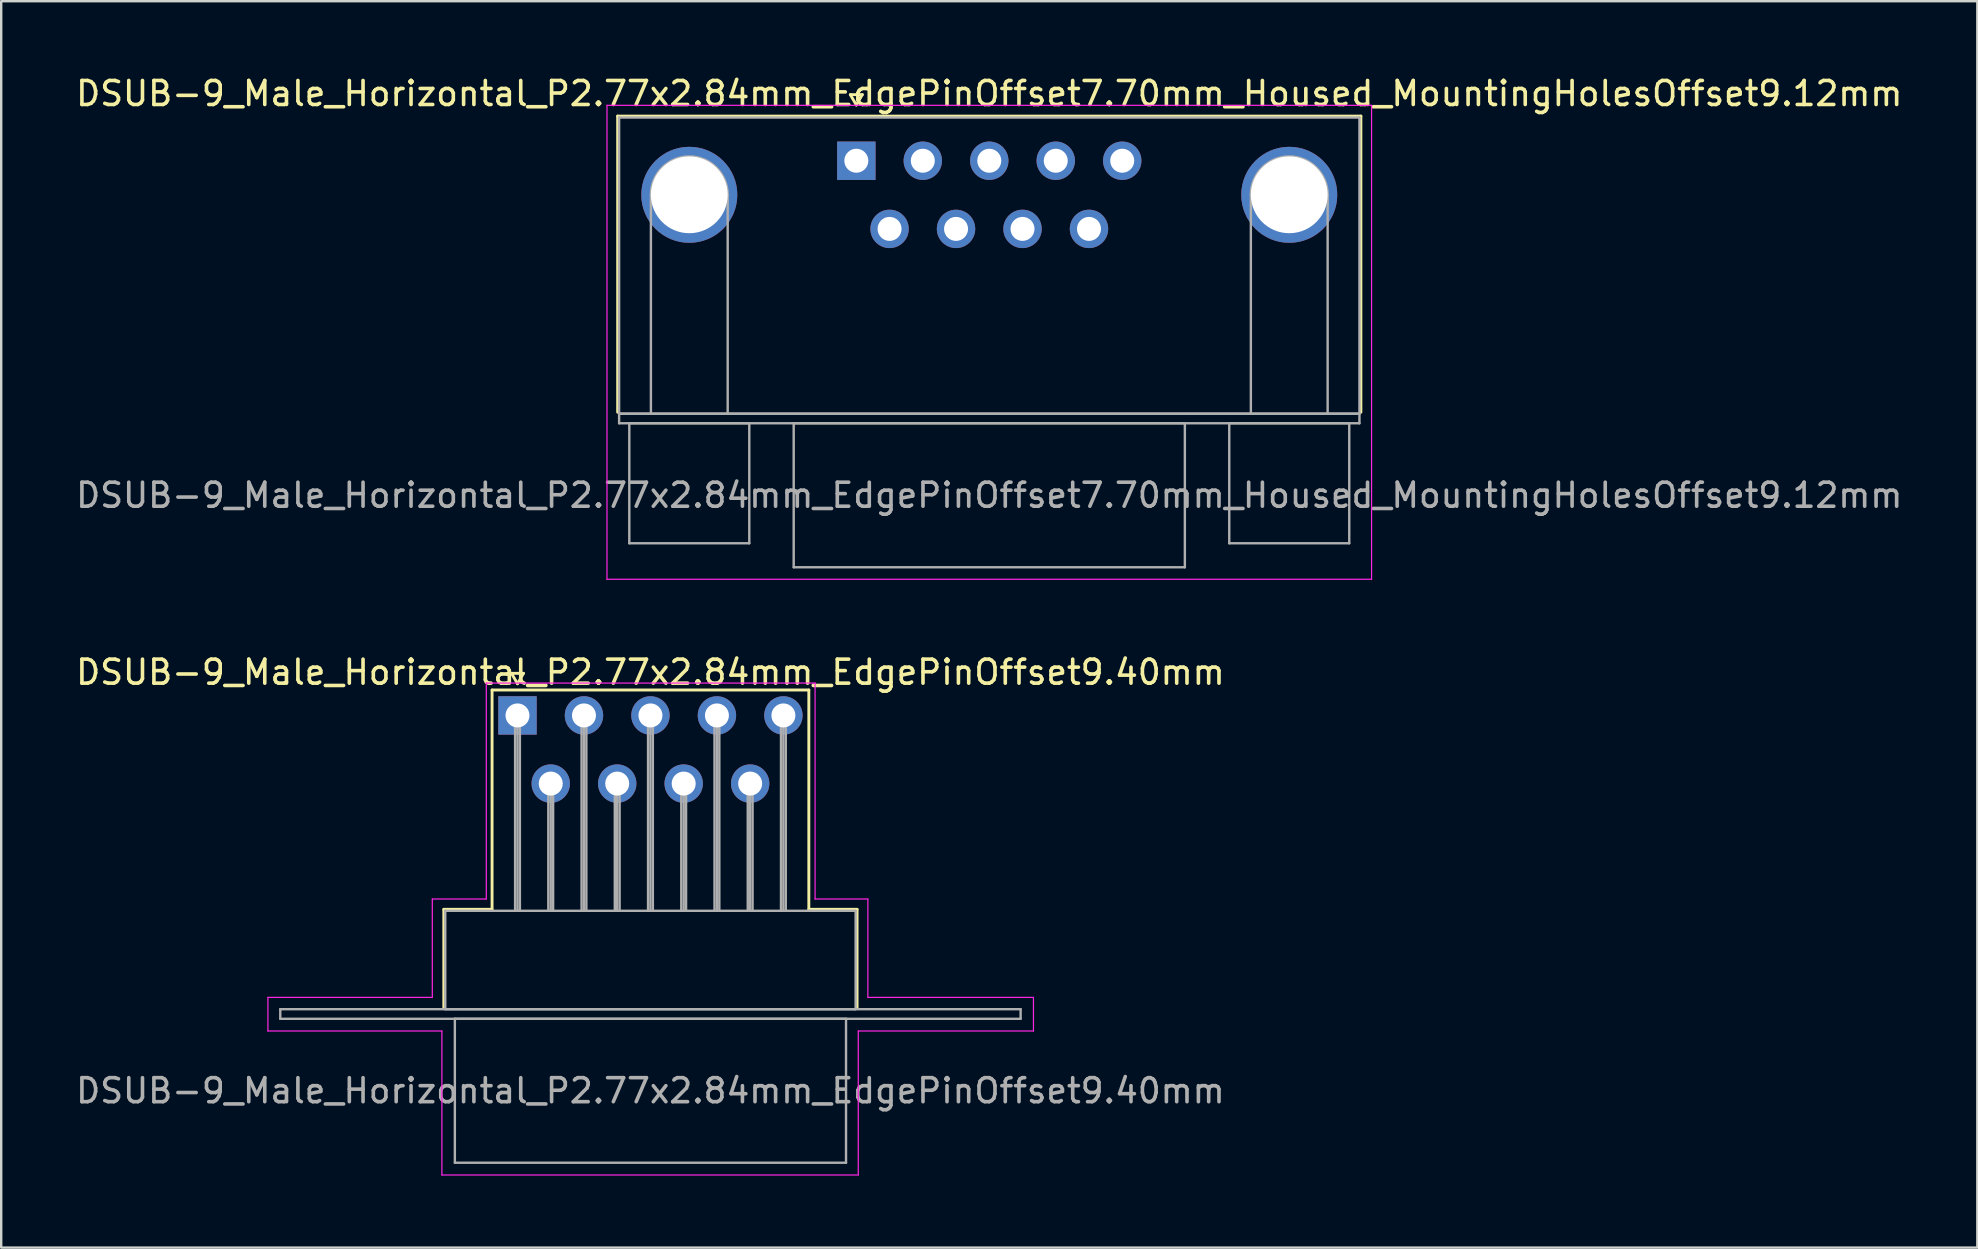
<source format=kicad_pcb>
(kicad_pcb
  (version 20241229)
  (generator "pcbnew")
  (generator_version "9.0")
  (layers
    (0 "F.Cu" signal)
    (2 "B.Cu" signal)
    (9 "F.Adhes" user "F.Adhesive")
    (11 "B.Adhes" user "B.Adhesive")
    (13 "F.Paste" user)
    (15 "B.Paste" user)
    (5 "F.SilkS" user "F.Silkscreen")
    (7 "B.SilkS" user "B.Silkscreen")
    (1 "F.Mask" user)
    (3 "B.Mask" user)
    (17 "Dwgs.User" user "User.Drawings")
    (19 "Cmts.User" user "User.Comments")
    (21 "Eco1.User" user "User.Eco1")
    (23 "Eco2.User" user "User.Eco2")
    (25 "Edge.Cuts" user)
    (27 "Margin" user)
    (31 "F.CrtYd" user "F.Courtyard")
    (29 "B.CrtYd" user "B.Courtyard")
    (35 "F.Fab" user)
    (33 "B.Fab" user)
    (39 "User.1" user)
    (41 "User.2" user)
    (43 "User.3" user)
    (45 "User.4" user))
  (footprint "DSUB-9_Male_Horizontal_P2.77x2.84mm_EdgePinOffset9.40mm"
    (layer "F.Cu")
    (at 18.514 26.762)
    (property "Reference" "DSUB-9_Male_Horizontal_P2.77x2.84mm_EdgePinOffset9.40mm" (at 5.54 -1.8 0) (layer "F.SilkS") (effects (font (size 1 1) (thickness 0.15))))
    (attr through_hole)
    (fp_line (start -3.07 8.08) (end -1.06 8.08) (stroke (width 0.12) (type solid)) (layer "F.SilkS"))
    (fp_line (start -3.07 12.18) (end -3.07 8.08) (stroke (width 0.12) (type solid)) (layer "F.SilkS"))
    (fp_line (start -1.06 -1.06) (end 12.14 -1.06) (stroke (width 0.12) (type solid)) (layer "F.SilkS"))
    (fp_line (start -1.06 8.08) (end -1.06 -1.06) (stroke (width 0.12) (type solid)) (layer "F.SilkS"))
    (fp_line (start -0.25 -1.754) (end 0.25 -1.754) (stroke (width 0.12) (type solid)) (layer "F.SilkS"))
    (fp_line (start 0 -1.321) (end -0.25 -1.754) (stroke (width 0.12) (type solid)) (layer "F.SilkS"))
    (fp_line (start 0.25 -1.754) (end 0 -1.321) (stroke (width 0.12) (type solid)) (layer "F.SilkS"))
    (fp_line (start 12.14 -1.06) (end 12.14 8.08) (stroke (width 0.12) (type solid)) (layer "F.SilkS"))
    (fp_line (start 12.14 8.08) (end 14.15 8.08) (stroke (width 0.12) (type solid)) (layer "F.SilkS"))
    (fp_line (start 14.15 8.08) (end 14.15 12.18) (stroke (width 0.12) (type solid)) (layer "F.SilkS"))
    (fp_line (start -10.4 11.75) (end -3.55 11.75) (stroke (width 0.05) (type solid)) (layer "F.CrtYd"))
    (fp_line (start -10.4 13.15) (end -10.4 11.75) (stroke (width 0.05) (type solid)) (layer "F.CrtYd"))
    (fp_line (start -3.55 7.65) (end -1.3 7.65) (stroke (width 0.05) (type solid)) (layer "F.CrtYd"))
    (fp_line (start -3.55 11.75) (end -3.55 7.65) (stroke (width 0.05) (type solid)) (layer "F.CrtYd"))
    (fp_line (start -3.15 13.15) (end -10.4 13.15) (stroke (width 0.05) (type solid)) (layer "F.CrtYd"))
    (fp_line (start -3.15 19.15) (end -3.15 13.15) (stroke (width 0.05) (type solid)) (layer "F.CrtYd"))
    (fp_line (start -1.3 -1.35) (end 12.4 -1.35) (stroke (width 0.05) (type solid)) (layer "F.CrtYd"))
    (fp_line (start -1.3 7.65) (end -1.3 -1.35) (stroke (width 0.05) (type solid)) (layer "F.CrtYd"))
    (fp_line (start 12.4 -1.35) (end 12.4 7.65) (stroke (width 0.05) (type solid)) (layer "F.CrtYd"))
    (fp_line (start 12.4 7.65) (end 14.6 7.65) (stroke (width 0.05) (type solid)) (layer "F.CrtYd"))
    (fp_line (start 14.2 13.15) (end 14.2 19.15) (stroke (width 0.05) (type solid)) (layer "F.CrtYd"))
    (fp_line (start 14.2 19.15) (end -3.15 19.15) (stroke (width 0.05) (type solid)) (layer "F.CrtYd"))
    (fp_line (start 14.6 7.65) (end 14.6 11.75) (stroke (width 0.05) (type solid)) (layer "F.CrtYd"))
    (fp_line (start 14.6 11.75) (end 21.5 11.75) (stroke (width 0.05) (type solid)) (layer "F.CrtYd"))
    (fp_line (start 21.5 11.75) (end 21.5 13.15) (stroke (width 0.05) (type solid)) (layer "F.CrtYd"))
    (fp_line (start 21.5 13.15) (end 14.2 13.15) (stroke (width 0.05) (type solid)) (layer "F.CrtYd"))
    (fp_line (start -9.885 12.24) (end -9.885 12.64) (stroke (width 0.1) (type solid)) (layer "F.Fab"))
    (fp_line (start -9.885 12.64) (end 20.965 12.64) (stroke (width 0.1) (type solid)) (layer "F.Fab"))
    (fp_line (start -3.01 8.14) (end -3.01 12.24) (stroke (width 0.1) (type solid)) (layer "F.Fab"))
    (fp_line (start -3.01 12.24) (end 14.09 12.24) (stroke (width 0.1) (type solid)) (layer "F.Fab"))
    (fp_line (start -2.61 12.64) (end -2.61 18.64) (stroke (width 0.1) (type solid)) (layer "F.Fab"))
    (fp_line (start -2.61 18.64) (end 13.69 18.64) (stroke (width 0.1) (type solid)) (layer "F.Fab"))
    (fp_line (start -0.1 0) (end -0.1 8.14) (stroke (width 0.1) (type solid)) (layer "F.Fab"))
    (fp_line (start 0 0) (end 0 8.14) (stroke (width 0.1) (type solid)) (layer "F.Fab"))
    (fp_line (start 0.1 0) (end 0.1 8.14) (stroke (width 0.1) (type solid)) (layer "F.Fab"))
    (fp_line (start 1.285 2.84) (end 1.285 8.14) (stroke (width 0.1) (type solid)) (layer "F.Fab"))
    (fp_line (start 1.385 2.84) (end 1.385 8.14) (stroke (width 0.1) (type solid)) (layer "F.Fab"))
    (fp_line (start 1.485 2.84) (end 1.485 8.14) (stroke (width 0.1) (type solid)) (layer "F.Fab"))
    (fp_line (start 2.67 0) (end 2.67 8.14) (stroke (width 0.1) (type solid)) (layer "F.Fab"))
    (fp_line (start 2.77 0) (end 2.77 8.14) (stroke (width 0.1) (type solid)) (layer "F.Fab"))
    (fp_line (start 2.87 0) (end 2.87 8.14) (stroke (width 0.1) (type solid)) (layer "F.Fab"))
    (fp_line (start 4.055 2.84) (end 4.055 8.14) (stroke (width 0.1) (type solid)) (layer "F.Fab"))
    (fp_line (start 4.155 2.84) (end 4.155 8.14) (stroke (width 0.1) (type solid)) (layer "F.Fab"))
    (fp_line (start 4.255 2.84) (end 4.255 8.14) (stroke (width 0.1) (type solid)) (layer "F.Fab"))
    (fp_line (start 5.44 0) (end 5.44 8.14) (stroke (width 0.1) (type solid)) (layer "F.Fab"))
    (fp_line (start 5.54 0) (end 5.54 8.14) (stroke (width 0.1) (type solid)) (layer "F.Fab"))
    (fp_line (start 5.64 0) (end 5.64 8.14) (stroke (width 0.1) (type solid)) (layer "F.Fab"))
    (fp_line (start 6.825 2.84) (end 6.825 8.14) (stroke (width 0.1) (type solid)) (layer "F.Fab"))
    (fp_line (start 6.925 2.84) (end 6.925 8.14) (stroke (width 0.1) (type solid)) (layer "F.Fab"))
    (fp_line (start 7.025 2.84) (end 7.025 8.14) (stroke (width 0.1) (type solid)) (layer "F.Fab"))
    (fp_line (start 8.21 0) (end 8.21 8.14) (stroke (width 0.1) (type solid)) (layer "F.Fab"))
    (fp_line (start 8.31 0) (end 8.31 8.14) (stroke (width 0.1) (type solid)) (layer "F.Fab"))
    (fp_line (start 8.41 0) (end 8.41 8.14) (stroke (width 0.1) (type solid)) (layer "F.Fab"))
    (fp_line (start 9.595 2.84) (end 9.595 8.14) (stroke (width 0.1) (type solid)) (layer "F.Fab"))
    (fp_line (start 9.695 2.84) (end 9.695 8.14) (stroke (width 0.1) (type solid)) (layer "F.Fab"))
    (fp_line (start 9.795 2.84) (end 9.795 8.14) (stroke (width 0.1) (type solid)) (layer "F.Fab"))
    (fp_line (start 10.98 0) (end 10.98 8.14) (stroke (width 0.1) (type solid)) (layer "F.Fab"))
    (fp_line (start 11.08 0) (end 11.08 8.14) (stroke (width 0.1) (type solid)) (layer "F.Fab"))
    (fp_line (start 11.18 0) (end 11.18 8.14) (stroke (width 0.1) (type solid)) (layer "F.Fab"))
    (fp_line (start 13.69 12.64) (end -2.61 12.64) (stroke (width 0.1) (type solid)) (layer "F.Fab"))
    (fp_line (start 13.69 18.64) (end 13.69 12.64) (stroke (width 0.1) (type solid)) (layer "F.Fab"))
    (fp_line (start 14.09 8.14) (end -3.01 8.14) (stroke (width 0.1) (type solid)) (layer "F.Fab"))
    (fp_line (start 14.09 12.24) (end 14.09 8.14) (stroke (width 0.1) (type solid)) (layer "F.Fab"))
    (fp_line (start 20.965 12.24) (end -9.885 12.24) (stroke (width 0.1) (type solid)) (layer "F.Fab"))
    (fp_line (start 20.965 12.64) (end 20.965 12.24) (stroke (width 0.1) (type solid)) (layer "F.Fab"))
    (fp_text user "${REFERENCE}" (at 5.54 15.64 0) (layer "F.Fab") (effects (font (size 1 1) (thickness 0.15))))
    (pad "1" thru_hole rect (at 0 0) (size 1.6 1.6) (drill 1) (layers "*.Cu" "*.Mask"))
    (pad "2" thru_hole circle (at 2.77 0) (size 1.6 1.6) (drill 1) (layers "*.Cu" "*.Mask"))
    (pad "3" thru_hole circle (at 5.54 0) (size 1.6 1.6) (drill 1) (layers "*.Cu" "*.Mask"))
    (pad "4" thru_hole circle (at 8.31 0) (size 1.6 1.6) (drill 1) (layers "*.Cu" "*.Mask"))
    (pad "5" thru_hole circle (at 11.08 0) (size 1.6 1.6) (drill 1) (layers "*.Cu" "*.Mask"))
    (pad "6" thru_hole circle (at 1.385 2.84) (size 1.6 1.6) (drill 1) (layers "*.Cu" "*.Mask"))
    (pad "7" thru_hole circle (at 4.155 2.84) (size 1.6 1.6) (drill 1) (layers "*.Cu" "*.Mask"))
    (pad "8" thru_hole circle (at 6.925 2.84) (size 1.6 1.6) (drill 1) (layers "*.Cu" "*.Mask"))
    (pad "9" thru_hole circle (at 9.695 2.84) (size 1.6 1.6) (drill 1) (layers "*.Cu" "*.Mask")))
  (footprint "DSUB-9_Male_Horizontal_P2.77x2.84mm_EdgePinOffset7.70mm_Housed_MountingHolesOffset9.12mm"
    (layer "F.Cu")
    (at 32.633 3.648)
    (property "Reference" "DSUB-9_Male_Horizontal_P2.77x2.84mm_EdgePinOffset7.70mm_Housed_MountingHolesOffset9.12mm" (at 5.54 -2.8 0) (layer "F.SilkS") (effects (font (size 1 1) (thickness 0.15))))
    (attr through_hole)
    (fp_line (start -9.945 -1.86) (end 21.025 -1.86) (stroke (width 0.12) (type solid)) (layer "F.SilkS"))
    (fp_line (start -9.945 10.48) (end -9.945 -1.86) (stroke (width 0.12) (type solid)) (layer "F.SilkS"))
    (fp_line (start -0.25 -2.754) (end 0.25 -2.754) (stroke (width 0.12) (type solid)) (layer "F.SilkS"))
    (fp_line (start 0 -2.321) (end -0.25 -2.754) (stroke (width 0.12) (type solid)) (layer "F.SilkS"))
    (fp_line (start 0.25 -2.754) (end 0 -2.321) (stroke (width 0.12) (type solid)) (layer "F.SilkS"))
    (fp_line (start 21.025 -1.86) (end 21.025 10.48) (stroke (width 0.12) (type solid)) (layer "F.SilkS"))
    (fp_line (start -10.39 -2.31) (end -10.39 17.44) (stroke (width 0.05) (type solid)) (layer "F.CrtYd"))
    (fp_line (start -10.39 17.44) (end 21.47 17.44) (stroke (width 0.05) (type solid)) (layer "F.CrtYd"))
    (fp_line (start 21.47 -2.31) (end -10.39 -2.31) (stroke (width 0.05) (type solid)) (layer "F.CrtYd"))
    (fp_line (start 21.47 17.44) (end 21.47 -2.31) (stroke (width 0.05) (type solid)) (layer "F.CrtYd"))
    (fp_line (start -9.885 -1.8) (end -9.885 10.54) (stroke (width 0.1) (type solid)) (layer "F.Fab"))
    (fp_line (start -9.885 10.54) (end -9.885 10.94) (stroke (width 0.1) (type solid)) (layer "F.Fab"))
    (fp_line (start -9.885 10.54) (end 20.965 10.54) (stroke (width 0.1) (type solid)) (layer "F.Fab"))
    (fp_line (start -9.885 10.94) (end 20.965 10.94) (stroke (width 0.1) (type solid)) (layer "F.Fab"))
    (fp_line (start -9.46 10.94) (end -9.46 15.94) (stroke (width 0.1) (type solid)) (layer "F.Fab"))
    (fp_line (start -9.46 15.94) (end -4.46 15.94) (stroke (width 0.1) (type solid)) (layer "F.Fab"))
    (fp_line (start -8.56 10.54) (end -8.56 1.42) (stroke (width 0.1) (type solid)) (layer "F.Fab"))
    (fp_line (start -5.36 10.54) (end -5.36 1.42) (stroke (width 0.1) (type solid)) (layer "F.Fab"))
    (fp_line (start -4.46 10.94) (end -9.46 10.94) (stroke (width 0.1) (type solid)) (layer "F.Fab"))
    (fp_line (start -4.46 15.94) (end -4.46 10.94) (stroke (width 0.1) (type solid)) (layer "F.Fab"))
    (fp_line (start -2.61 10.94) (end -2.61 16.94) (stroke (width 0.1) (type solid)) (layer "F.Fab"))
    (fp_line (start -2.61 16.94) (end 13.69 16.94) (stroke (width 0.1) (type solid)) (layer "F.Fab"))
    (fp_line (start 13.69 10.94) (end -2.61 10.94) (stroke (width 0.1) (type solid)) (layer "F.Fab"))
    (fp_line (start 13.69 16.94) (end 13.69 10.94) (stroke (width 0.1) (type solid)) (layer "F.Fab"))
    (fp_line (start 15.54 10.94) (end 15.54 15.94) (stroke (width 0.1) (type solid)) (layer "F.Fab"))
    (fp_line (start 15.54 15.94) (end 20.54 15.94) (stroke (width 0.1) (type solid)) (layer "F.Fab"))
    (fp_line (start 16.44 10.54) (end 16.44 1.42) (stroke (width 0.1) (type solid)) (layer "F.Fab"))
    (fp_line (start 19.64 10.54) (end 19.64 1.42) (stroke (width 0.1) (type solid)) (layer "F.Fab"))
    (fp_line (start 20.54 10.94) (end 15.54 10.94) (stroke (width 0.1) (type solid)) (layer "F.Fab"))
    (fp_line (start 20.54 15.94) (end 20.54 10.94) (stroke (width 0.1) (type solid)) (layer "F.Fab"))
    (fp_line (start 20.965 -1.8) (end -9.885 -1.8) (stroke (width 0.1) (type solid)) (layer "F.Fab"))
    (fp_line (start 20.965 10.54) (end -9.885 10.54) (stroke (width 0.1) (type solid)) (layer "F.Fab"))
    (fp_line (start 20.965 10.54) (end 20.965 -1.8) (stroke (width 0.1) (type solid)) (layer "F.Fab"))
    (fp_line (start 20.965 10.94) (end 20.965 10.54) (stroke (width 0.1) (type solid)) (layer "F.Fab"))
    (fp_arc (start -8.56 1.42) (mid -6.96 -0.18) (end -5.36 1.42) (stroke (width 0.1) (type solid)) (layer "F.Fab"))
    (fp_arc (start 16.44 1.42) (mid 18.04 -0.18) (end 19.64 1.42) (stroke (width 0.1) (type solid)) (layer "F.Fab"))
    (fp_text user "${REFERENCE}" (at 5.54 13.94 0) (layer "F.Fab") (effects (font (size 1 1) (thickness 0.15))))
    (pad "0" thru_hole circle (at -6.96 1.42) (size 4 4) (drill 3.2) (layers "*.Cu" "*.Mask"))
    (pad "0" thru_hole circle (at 18.04 1.42) (size 4 4) (drill 3.2) (layers "*.Cu" "*.Mask"))
    (pad "1" thru_hole rect (at 0 0) (size 1.6 1.6) (drill 1) (layers "*.Cu" "*.Mask"))
    (pad "2" thru_hole circle (at 2.77 0) (size 1.6 1.6) (drill 1) (layers "*.Cu" "*.Mask"))
    (pad "3" thru_hole circle (at 5.54 0) (size 1.6 1.6) (drill 1) (layers "*.Cu" "*.Mask"))
    (pad "4" thru_hole circle (at 8.31 0) (size 1.6 1.6) (drill 1) (layers "*.Cu" "*.Mask"))
    (pad "5" thru_hole circle (at 11.08 0) (size 1.6 1.6) (drill 1) (layers "*.Cu" "*.Mask"))
    (pad "6" thru_hole circle (at 1.385 2.84) (size 1.6 1.6) (drill 1) (layers "*.Cu" "*.Mask"))
    (pad "7" thru_hole circle (at 4.155 2.84) (size 1.6 1.6) (drill 1) (layers "*.Cu" "*.Mask"))
    (pad "8" thru_hole circle (at 6.925 2.84) (size 1.6 1.6) (drill 1) (layers "*.Cu" "*.Mask"))
    (pad "9" thru_hole circle (at 9.695 2.84) (size 1.6 1.6) (drill 1) (layers "*.Cu" "*.Mask")))
  (gr_rect
    (start -3 -3)
    (end 79.345 48.937)
    (stroke (width 0.1) (type default))
    (fill no)
    (layer "Edge.Cuts")))
</source>
